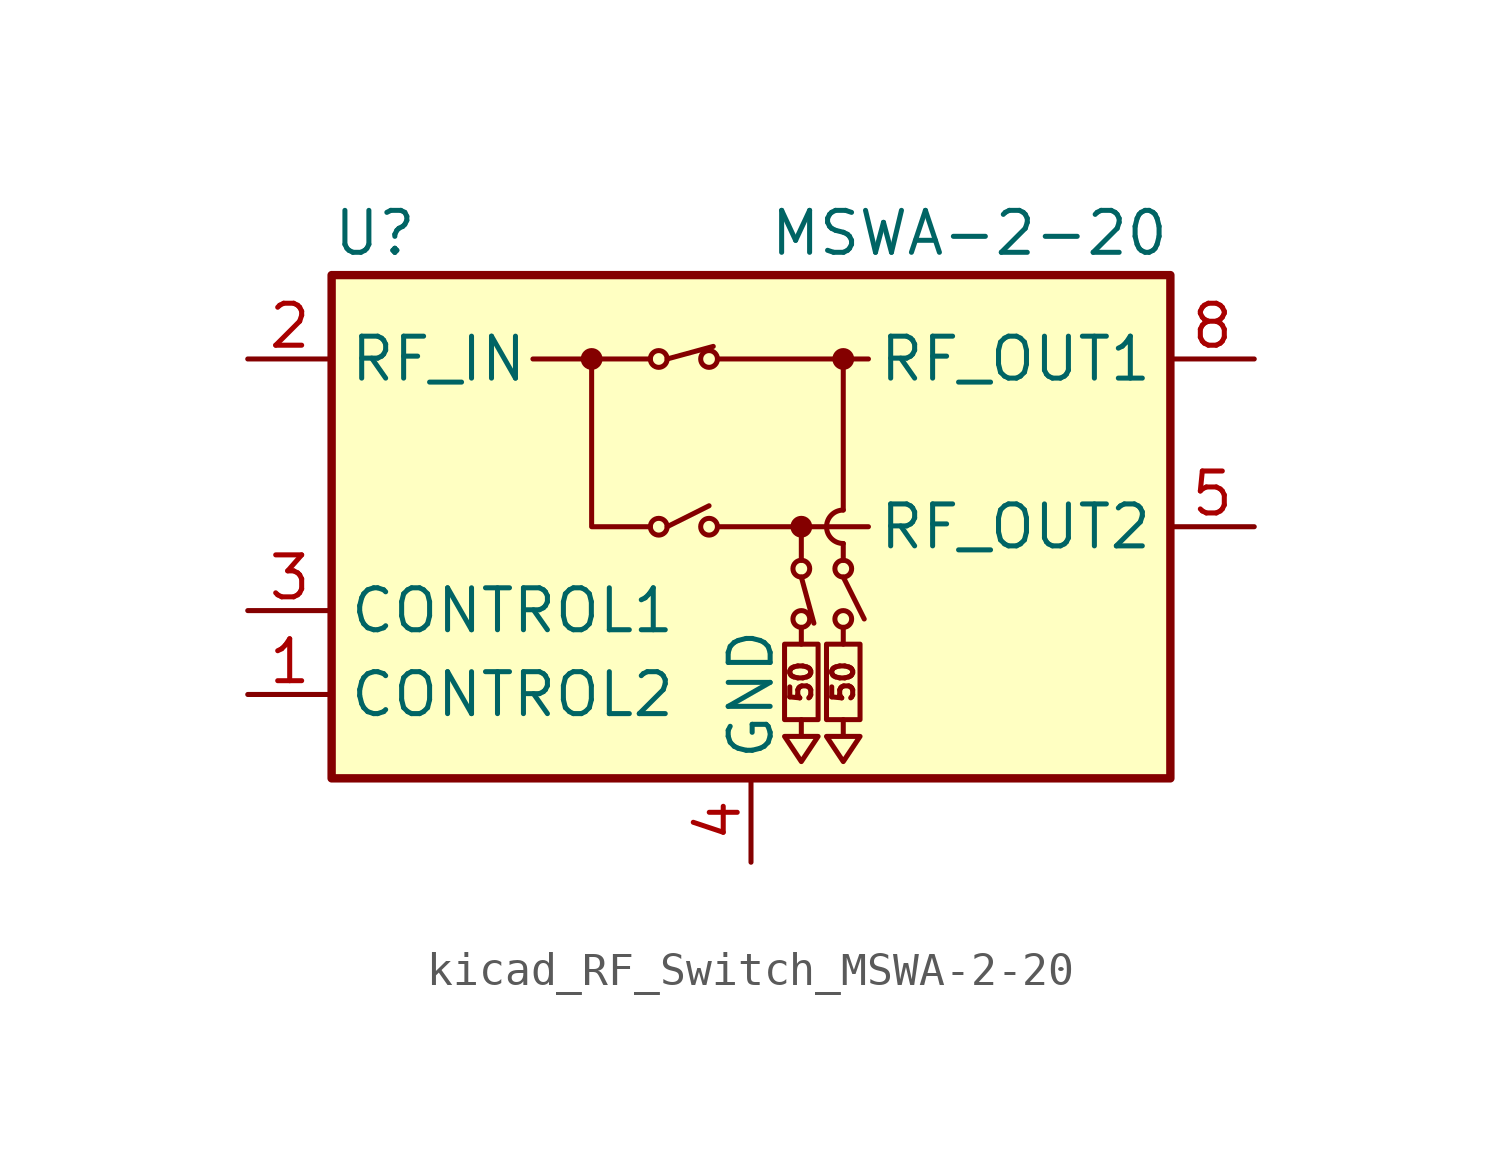
<source format=kicad_sym>
(kicad_symbol_lib
  (version 20220914)
  (generator kicad_symbol_editor)
  (symbol "kicad_RF_Switch_MSWA-2-20"
    (property "Reference" "U"
      (at -12.7 8.89 0)
      (effects (font (size 1.27 1.27)) (justify left)))
    (property "Value" "MSWA-2-20"
      (at 12.7 8.89 0)
      (effects (font (size 1.27 1.27)) (justify right)))
    (symbol "kicad_RF_Switch_MSWA-2-20_0_0"
      (text "50" (at 1.524 -4.699 900) (effects (font (size 0.635 0.635))))
      (text "50" (at 2.794 -4.699 900) (effects (font (size 0.635 0.635)))))
    (symbol "kicad_RF_Switch_MSWA-2-20_0_1"
      (rectangle (start -12.7 7.62) (end 12.7 -7.62) (stroke (width 0.254) (type default)) (fill (type background)))
      (circle (center -4.826 5.08) (radius 0.254) (stroke (width 0) (type default)) (fill (type outline)))
      (circle (center -2.794 0) (radius 0.254) (stroke (width 0) (type default)) (fill (type none)))
      (circle (center -2.794 5.08) (radius 0.254) (stroke (width 0) (type default)) (fill (type none)))
      (circle (center -1.27 0) (radius 0.254) (stroke (width 0) (type default)) (fill (type none)))
      (circle (center -1.27 5.08) (radius 0.254) (stroke (width 0) (type default)) (fill (type none)))
      (polyline (pts (xy -3.048 5.08) (xy -6.604 5.08)) (stroke (width 0) (type default)) (fill (type none)))
      (polyline (pts (xy -2.54 0) (xy -1.27 0.635)) (stroke (width 0) (type default)) (fill (type none)))
      (polyline (pts (xy -2.54 5.08) (xy -1.143 5.461)) (stroke (width 0) (type default)) (fill (type none)))
      (polyline (pts (xy -1.016 0) (xy 3.556 0)) (stroke (width 0) (type default)) (fill (type none)))
      (polyline (pts (xy -1.016 5.08) (xy 3.556 5.08)) (stroke (width 0) (type default)) (fill (type none)))
      (polyline (pts (xy 1.524 -3.048) (xy 1.524 -3.556)) (stroke (width 0) (type default)) (fill (type none)))
      (polyline (pts (xy 1.524 -1.524) (xy 1.905 -2.921)) (stroke (width 0) (type default)) (fill (type none)))
      (polyline (pts (xy 1.524 -1.016) (xy 1.524 0)) (stroke (width 0) (type default)) (fill (type none)))
      (polyline (pts (xy 2.794 -3.048) (xy 2.794 -3.556)) (stroke (width 0) (type default)) (fill (type none)))
      (polyline (pts (xy 2.794 -1.524) (xy 3.429 -2.794)) (stroke (width 0) (type default)) (fill (type none)))
      (polyline (pts (xy 2.794 -0.508) (xy 2.794 -1.016)) (stroke (width 0) (type default)) (fill (type none)))
      (polyline (pts (xy 2.794 5.08) (xy 2.794 0.508)) (stroke (width 0) (type default)) (fill (type none)))
      (polyline (pts (xy -4.826 5.08) (xy -4.826 0) (xy -3.048 0)) (stroke (width 0) (type default)) (fill (type none)))
      (polyline (pts (xy 1.524 -5.842) (xy 1.524 -6.35) (xy 1.016 -6.35) (xy 1.524 -7.112) (xy 2.032 -6.35) (xy 1.524 -6.35)) (stroke (width 0) (type default)) (fill (type none)))
      (polyline (pts (xy 2.794 -5.842) (xy 2.794 -6.35) (xy 2.286 -6.35) (xy 2.794 -7.112) (xy 3.302 -6.35) (xy 2.794 -6.35)) (stroke (width 0) (type default)) (fill (type none)))
      (rectangle (start 1.016 -3.556) (end 2.032 -5.842) (stroke (width 0) (type default)) (fill (type none)))
      (circle (center 1.524 -2.794) (radius 0.254) (stroke (width 0) (type default)) (fill (type none)))
      (circle (center 1.524 -1.27) (radius 0.254) (stroke (width 0) (type default)) (fill (type none)))
      (circle (center 1.524 0) (radius 0.254) (stroke (width 0) (type default)) (fill (type outline)))
      (rectangle (start 2.286 -3.556) (end 3.302 -5.842) (stroke (width 0) (type default)) (fill (type none)))
      (circle (center 2.794 -2.794) (radius 0.254) (stroke (width 0) (type default)) (fill (type none)))
      (circle (center 2.794 -1.27) (radius 0.254) (stroke (width 0) (type default)) (fill (type none)))
      (arc (start 2.794 0.508) (mid 2.2882 0) (end 2.794 -0.508) (stroke (width 0) (type default)) (fill (type none)))
      (circle (center 2.794 5.08) (radius 0.254) (stroke (width 0) (type default)) (fill (type outline))))
    (symbol "kicad_RF_Switch_MSWA-2-20_1_1"
      (pin input line (at -15.24 -5.08 0) (length 2.54) (name "CONTROL2" (effects (font (size 1.27 1.27)))) (number "1" (effects (font (size 1.27 1.27)))))
      (pin passive line (at -15.24 5.08 0) (length 2.54) (name "RF_IN" (effects (font (size 1.27 1.27)))) (number "2" (effects (font (size 1.27 1.27)))))
      (pin input line (at -15.24 -2.54 0) (length 2.54) (name "CONTROL1" (effects (font (size 1.27 1.27)))) (number "3" (effects (font (size 1.27 1.27)))))
      (pin power_in line (at 0 -10.16 90) (length 2.54) (name "GND" (effects (font (size 1.27 1.27)))) (number "4" (effects (font (size 1.27 1.27)))))
      (pin passive line (at 15.24 0 180) (length 2.54) (name "RF_OUT2" (effects (font (size 1.27 1.27)))) (number "5" (effects (font (size 1.27 1.27)))))
      (pin passive line (at 0 -10.16 90) (length 2.54) hide (name "GND" (effects (font (size 1.27 1.27)))) (number "6" (effects (font (size 1.27 1.27)))))
      (pin passive line (at 0 -10.16 90) (length 2.54) hide (name "GND" (effects (font (size 1.27 1.27)))) (number "7" (effects (font (size 1.27 1.27)))))
      (pin passive line (at 15.24 5.08 180) (length 2.54) (name "RF_OUT1" (effects (font (size 1.27 1.27)))) (number "8" (effects (font (size 1.27 1.27))))))))
</source>
